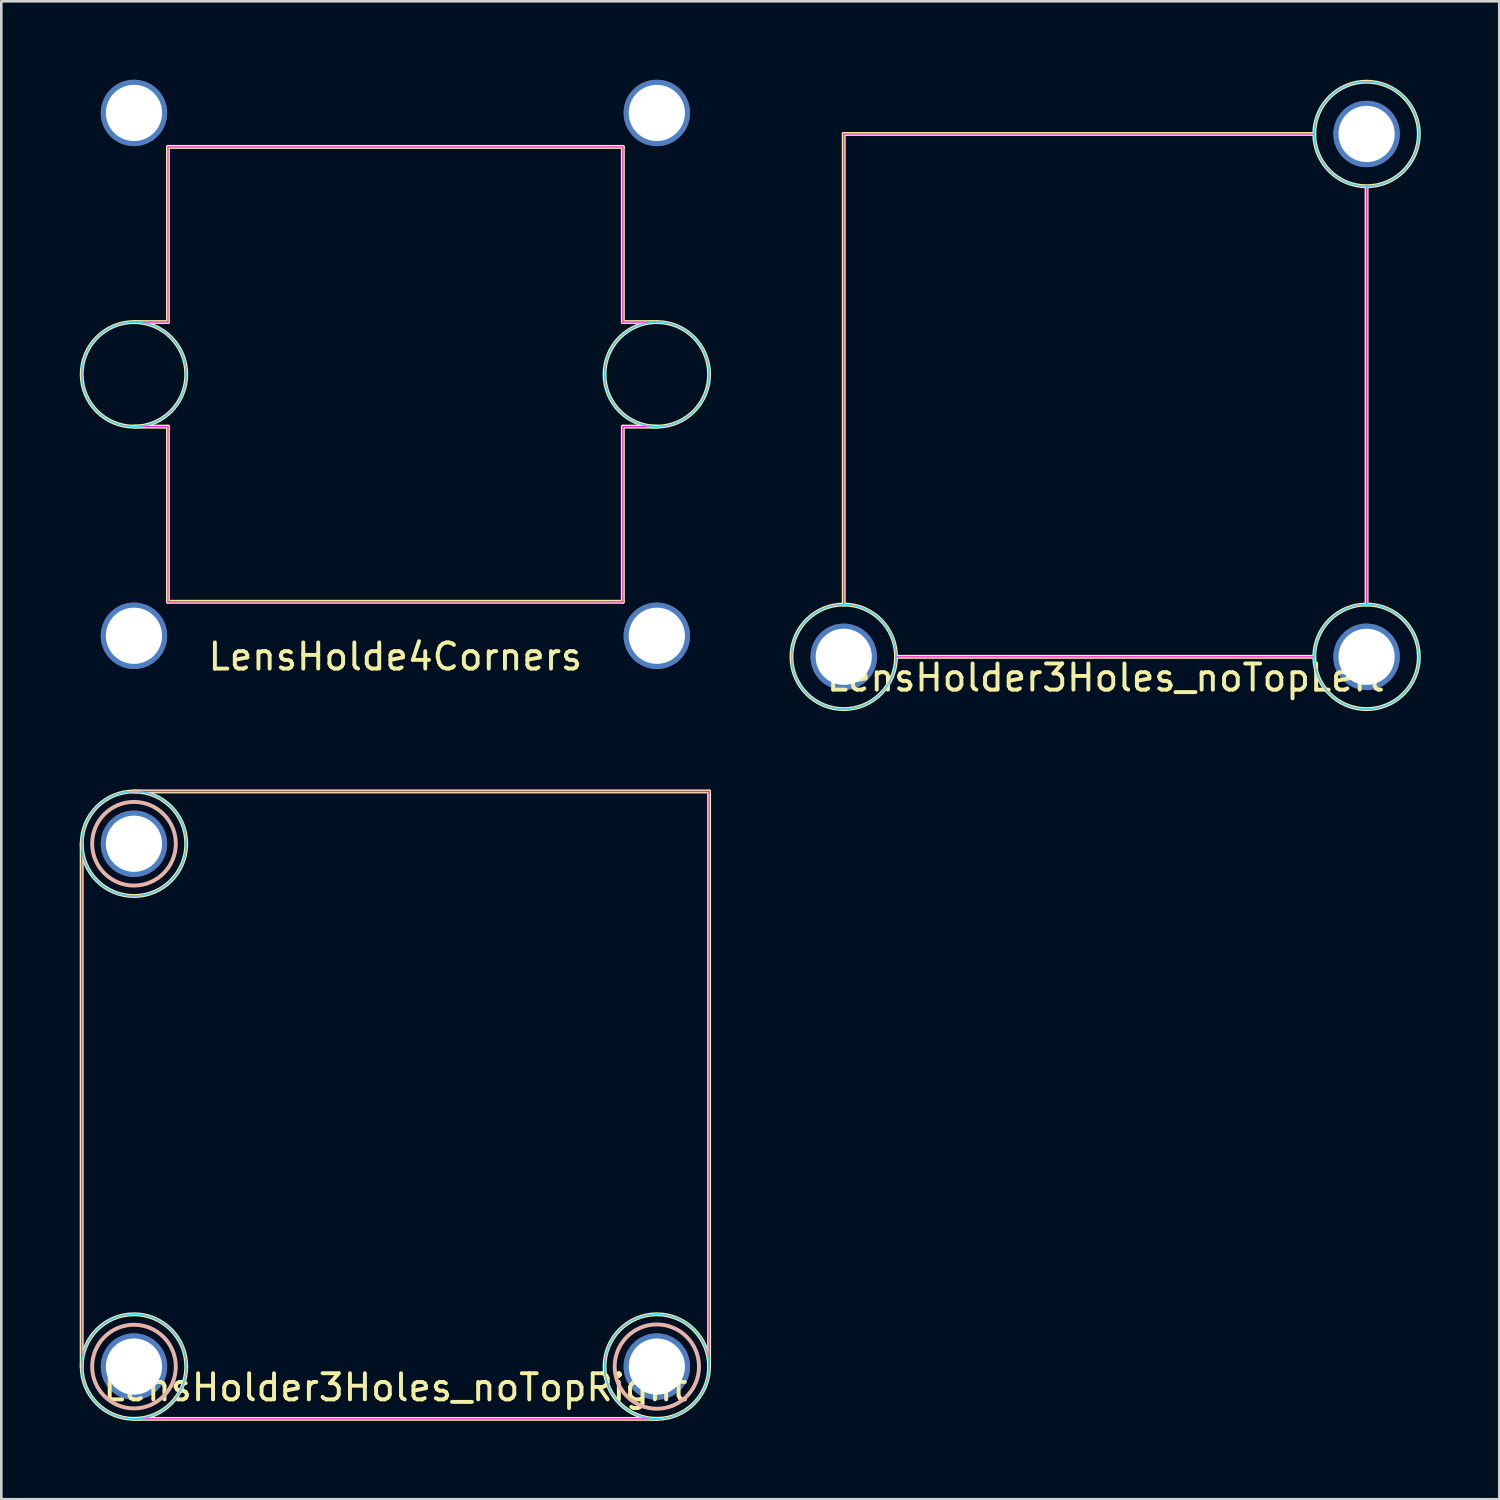
<source format=kicad_pcb>
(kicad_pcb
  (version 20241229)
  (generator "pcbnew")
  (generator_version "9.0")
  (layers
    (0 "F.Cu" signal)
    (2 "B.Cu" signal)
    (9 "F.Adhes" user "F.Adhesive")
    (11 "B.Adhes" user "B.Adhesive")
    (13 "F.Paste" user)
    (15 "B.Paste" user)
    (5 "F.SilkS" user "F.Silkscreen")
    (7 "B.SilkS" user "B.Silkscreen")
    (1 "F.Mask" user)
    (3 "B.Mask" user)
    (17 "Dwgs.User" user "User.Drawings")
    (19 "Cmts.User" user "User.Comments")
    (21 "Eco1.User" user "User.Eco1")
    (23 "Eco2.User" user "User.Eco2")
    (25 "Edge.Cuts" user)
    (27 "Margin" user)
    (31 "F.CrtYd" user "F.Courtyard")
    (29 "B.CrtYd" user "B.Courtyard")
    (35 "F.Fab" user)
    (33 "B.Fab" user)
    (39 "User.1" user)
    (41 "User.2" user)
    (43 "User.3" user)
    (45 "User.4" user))
  (footprint "LensHolder3Holes_noTopLeft"
    (layer "F.Cu")
    (at 39.225 12.075)
    (property "Reference" "LensHolder3Holes_noTopLeft" (at 0 10.8 0) (layer "F.SilkS") (effects (font (size 1 1) (thickness 0.15))))
    (attr through_hole)
    (fp_line (start -10 -10) (end 8 -10) (stroke (width 0.15) (type solid)) (layer "F.SilkS"))
    (fp_line (start -10 8) (end -10 -10) (stroke (width 0.15) (type solid)) (layer "F.SilkS"))
    (fp_line (start -8 10) (end 8 10) (stroke (width 0.15) (type solid)) (layer "F.SilkS"))
    (fp_line (start 10 8) (end 10 -7.9) (stroke (width 0.15) (type solid)) (layer "F.SilkS"))
    (fp_circle (center -10 10) (end -12 10) (stroke (width 0.15) (type solid)) (fill no) (layer "F.SilkS"))
    (fp_circle (center 10 -10) (end 8 -10) (stroke (width 0.15) (type solid)) (fill no) (layer "F.SilkS"))
    (fp_circle (center 10 10) (end 8 10) (stroke (width 0.15) (type solid)) (fill no) (layer "F.SilkS"))
    (fp_circle (center -10 10) (end -12 10) (stroke (width 0.05) (type solid)) (fill no) (layer "B.CrtYd"))
    (fp_circle (center 10 -10) (end 8 -10) (stroke (width 0.05) (type solid)) (fill no) (layer "B.CrtYd"))
    (fp_circle (center 10 10) (end 8 10) (stroke (width 0.05) (type solid)) (fill no) (layer "B.CrtYd"))
    (fp_line (start -10 -10) (end 8 -10) (stroke (width 0.05) (type solid)) (layer "F.CrtYd"))
    (fp_line (start -10 8) (end -10 -10) (stroke (width 0.05) (type solid)) (layer "F.CrtYd"))
    (fp_line (start -8 10) (end 8 10) (stroke (width 0.05) (type solid)) (layer "F.CrtYd"))
    (fp_line (start 10 8) (end 10 -8) (stroke (width 0.05) (type solid)) (layer "F.CrtYd"))
    (fp_circle (center -10 10) (end -12 10) (stroke (width 0.05) (type solid)) (fill no) (layer "F.CrtYd"))
    (fp_circle (center 10 -10) (end 8 -10) (stroke (width 0.05) (type solid)) (fill no) (layer "F.CrtYd"))
    (fp_circle (center 10 10) (end 8 10) (stroke (width 0.05) (type solid)) (fill no) (layer "F.CrtYd"))
    (pad "HOLE" thru_hole circle (at -10 10) (size 2.54 2.54) (drill 2.15) (layers "*.Cu" "*.Mask"))
    (pad "HOLE" thru_hole circle (at 10 -10) (size 2.54 2.54) (drill 2.15) (layers "*.Cu" "*.Mask"))
    (pad "HOLE" thru_hole circle (at 10 10) (size 2.54 2.54) (drill 2.15) (layers "*.Cu" "*.Mask")))
  (footprint "LensHolder3Holes_noTopRight"
    (layer "F.Cu")
    (at 12.075 39.225)
    (property "Reference" "LensHolder3Holes_noTopRight" (at 0 10.8 0) (layer "F.SilkS") (effects (font (size 1 1) (thickness 0.15))))
    (attr through_hole)
    (fp_line (start -12 10) (end -12 -10) (stroke (width 0.15) (type solid)) (layer "F.SilkS"))
    (fp_line (start -10 -12) (end 12 -12) (stroke (width 0.15) (type solid)) (layer "F.SilkS"))
    (fp_line (start -10 12) (end 10 12) (stroke (width 0.15) (type solid)) (layer "F.SilkS"))
    (fp_line (start 12 10) (end 12 -12) (stroke (width 0.15) (type solid)) (layer "F.SilkS"))
    (fp_circle (center -10 -10) (end -12 -10) (stroke (width 0.15) (type solid)) (fill no) (layer "F.SilkS"))
    (fp_circle (center -10 10) (end -12 10) (stroke (width 0.15) (type solid)) (fill no) (layer "F.SilkS"))
    (fp_circle (center 10 10) (end 8 10) (stroke (width 0.15) (type solid)) (fill no) (layer "F.SilkS"))
    (fp_circle (center -10 -10) (end -10 -11.6) (stroke (width 0.15) (type solid)) (fill no) (layer "B.SilkS"))
    (fp_circle (center -10 10) (end -10 8.4) (stroke (width 0.15) (type solid)) (fill no) (layer "B.SilkS"))
    (fp_circle (center 10 10) (end 9.8 8.4) (stroke (width 0.15) (type solid)) (fill no) (layer "B.SilkS"))
    (fp_circle (center -10 -10) (end -12 -10) (stroke (width 0.05) (type solid)) (fill no) (layer "B.CrtYd"))
    (fp_circle (center -10 10) (end -12 10) (stroke (width 0.05) (type solid)) (fill no) (layer "B.CrtYd"))
    (fp_circle (center 10 10) (end 8 10) (stroke (width 0.05) (type solid)) (fill no) (layer "B.CrtYd"))
    (fp_line (start -12 10) (end -12 -10) (stroke (width 0.05) (type solid)) (layer "F.CrtYd"))
    (fp_line (start -10 -12) (end 12 -12) (stroke (width 0.05) (type solid)) (layer "F.CrtYd"))
    (fp_line (start -10 12) (end 10 12) (stroke (width 0.05) (type solid)) (layer "F.CrtYd"))
    (fp_line (start 12 10) (end 12 -12) (stroke (width 0.05) (type solid)) (layer "F.CrtYd"))
    (fp_circle (center -10 -10) (end -12 -10) (stroke (width 0.05) (type solid)) (fill no) (layer "F.CrtYd"))
    (fp_circle (center -10 10) (end -12 10) (stroke (width 0.05) (type solid)) (fill no) (layer "F.CrtYd"))
    (fp_circle (center 10 10) (end 8 10) (stroke (width 0.05) (type solid)) (fill no) (layer "F.CrtYd"))
    (pad "HOLE" thru_hole circle (at -10 -10) (size 2.54 2.54) (drill 2.15) (layers "*.Cu" "*.Mask"))
    (pad "HOLE" thru_hole circle (at -10 10) (size 2.54 2.54) (drill 2.15) (layers "*.Cu" "*.Mask"))
    (pad "HOLE" thru_hole circle (at 10 10) (size 2.54 2.54) (drill 2.15) (layers "*.Cu" "*.Mask")))
  (footprint "LensHolde4Corners"
    (layer "F.Cu")
    (at 12.075 11.27)
    (property "Reference" "LensHolde4Corners" (at 0 10.8 0) (layer "F.SilkS") (effects (font (size 1 1) (thickness 0.15))))
    (attr through_hole)
    (fp_line (start -10 -2) (end -8.7 -2) (stroke (width 0.15) (type solid)) (layer "F.SilkS"))
    (fp_line (start -10 2) (end -8.7 2) (stroke (width 0.15) (type solid)) (layer "F.SilkS"))
    (fp_line (start -8.7 -8.7) (end 8.7 -8.7) (stroke (width 0.15) (type solid)) (layer "F.SilkS"))
    (fp_line (start -8.7 -2) (end -8.7 -8.7) (stroke (width 0.15) (type solid)) (layer "F.SilkS"))
    (fp_line (start -8.7 8.7) (end -8.7 2) (stroke (width 0.15) (type solid)) (layer "F.SilkS"))
    (fp_line (start -8.7 8.7) (end 8.7 8.7) (stroke (width 0.15) (type solid)) (layer "F.SilkS"))
    (fp_line (start 8.7 -2) (end 8.7 -8.7) (stroke (width 0.15) (type solid)) (layer "F.SilkS"))
    (fp_line (start 8.7 -2) (end 10 -2) (stroke (width 0.15) (type solid)) (layer "F.SilkS"))
    (fp_line (start 8.7 2) (end 10 2) (stroke (width 0.15) (type solid)) (layer "F.SilkS"))
    (fp_line (start 8.7 8.7) (end 8.7 2) (stroke (width 0.15) (type solid)) (layer "F.SilkS"))
    (fp_circle (center -10 0) (end -12 0) (stroke (width 0.15) (type solid)) (fill no) (layer "F.SilkS"))
    (fp_circle (center 10 0) (end 8 0) (stroke (width 0.15) (type solid)) (fill no) (layer "F.SilkS"))
    (fp_circle (center -10 0) (end -12 0) (stroke (width 0.05) (type solid)) (fill no) (layer "B.Paste"))
    (fp_circle (center 10 0) (end 8 0) (stroke (width 0.05) (type solid)) (fill no) (layer "B.Paste"))
    (fp_circle (center -10 0) (end -12 0) (stroke (width 0.05) (type solid)) (fill no) (layer "B.CrtYd"))
    (fp_circle (center 10 0) (end 8 0) (stroke (width 0.05) (type solid)) (fill no) (layer "B.CrtYd"))
    (fp_line (start -10 -2) (end -8.7 -2) (stroke (width 0.05) (type solid)) (layer "F.CrtYd"))
    (fp_line (start -10 2) (end -8.7 2) (stroke (width 0.05) (type solid)) (layer "F.CrtYd"))
    (fp_line (start -8.7 -8.7) (end 8.7 -8.7) (stroke (width 0.05) (type solid)) (layer "F.CrtYd"))
    (fp_line (start -8.7 -2) (end -8.7 -8.7) (stroke (width 0.05) (type solid)) (layer "F.CrtYd"))
    (fp_line (start -8.7 8.7) (end -8.7 2) (stroke (width 0.05) (type solid)) (layer "F.CrtYd"))
    (fp_line (start -8.7 8.7) (end 8.7 8.7) (stroke (width 0.05) (type solid)) (layer "F.CrtYd"))
    (fp_line (start 8.7 -2) (end 8.7 -8.7) (stroke (width 0.05) (type solid)) (layer "F.CrtYd"))
    (fp_line (start 8.7 -2) (end 10 -2) (stroke (width 0.05) (type solid)) (layer "F.CrtYd"))
    (fp_line (start 8.7 2) (end 10 2) (stroke (width 0.05) (type solid)) (layer "F.CrtYd"))
    (fp_line (start 8.7 8.7) (end 8.7 2) (stroke (width 0.05) (type solid)) (layer "F.CrtYd"))
    (fp_circle (center -10 0) (end -12 0) (stroke (width 0.05) (type solid)) (fill no) (layer "F.CrtYd"))
    (fp_circle (center 10 0) (end 8 0) (stroke (width 0.05) (type solid)) (fill no) (layer "F.CrtYd"))
    (pad "HOLE" thru_hole circle (at -10 -10) (size 2.54 2.54) (drill 2.15) (layers "*.Cu" "*.Mask"))
    (pad "HOLE" thru_hole circle (at -10 10) (size 2.54 2.54) (drill 2.15) (layers "*.Cu" "*.Mask"))
    (pad "HOLE" thru_hole circle (at 10 -10) (size 2.54 2.54) (drill 2.15) (layers "*.Cu" "*.Mask"))
    (pad "HOLE" thru_hole circle (at 10 10) (size 2.54 2.54) (drill 2.15) (layers "*.Cu" "*.Mask")))
  (gr_rect
    (start -3 -3)
    (end 54.3 54.3)
    (stroke (width 0.1) (type default))
    (fill no)
    (layer "Edge.Cuts")))
</source>
